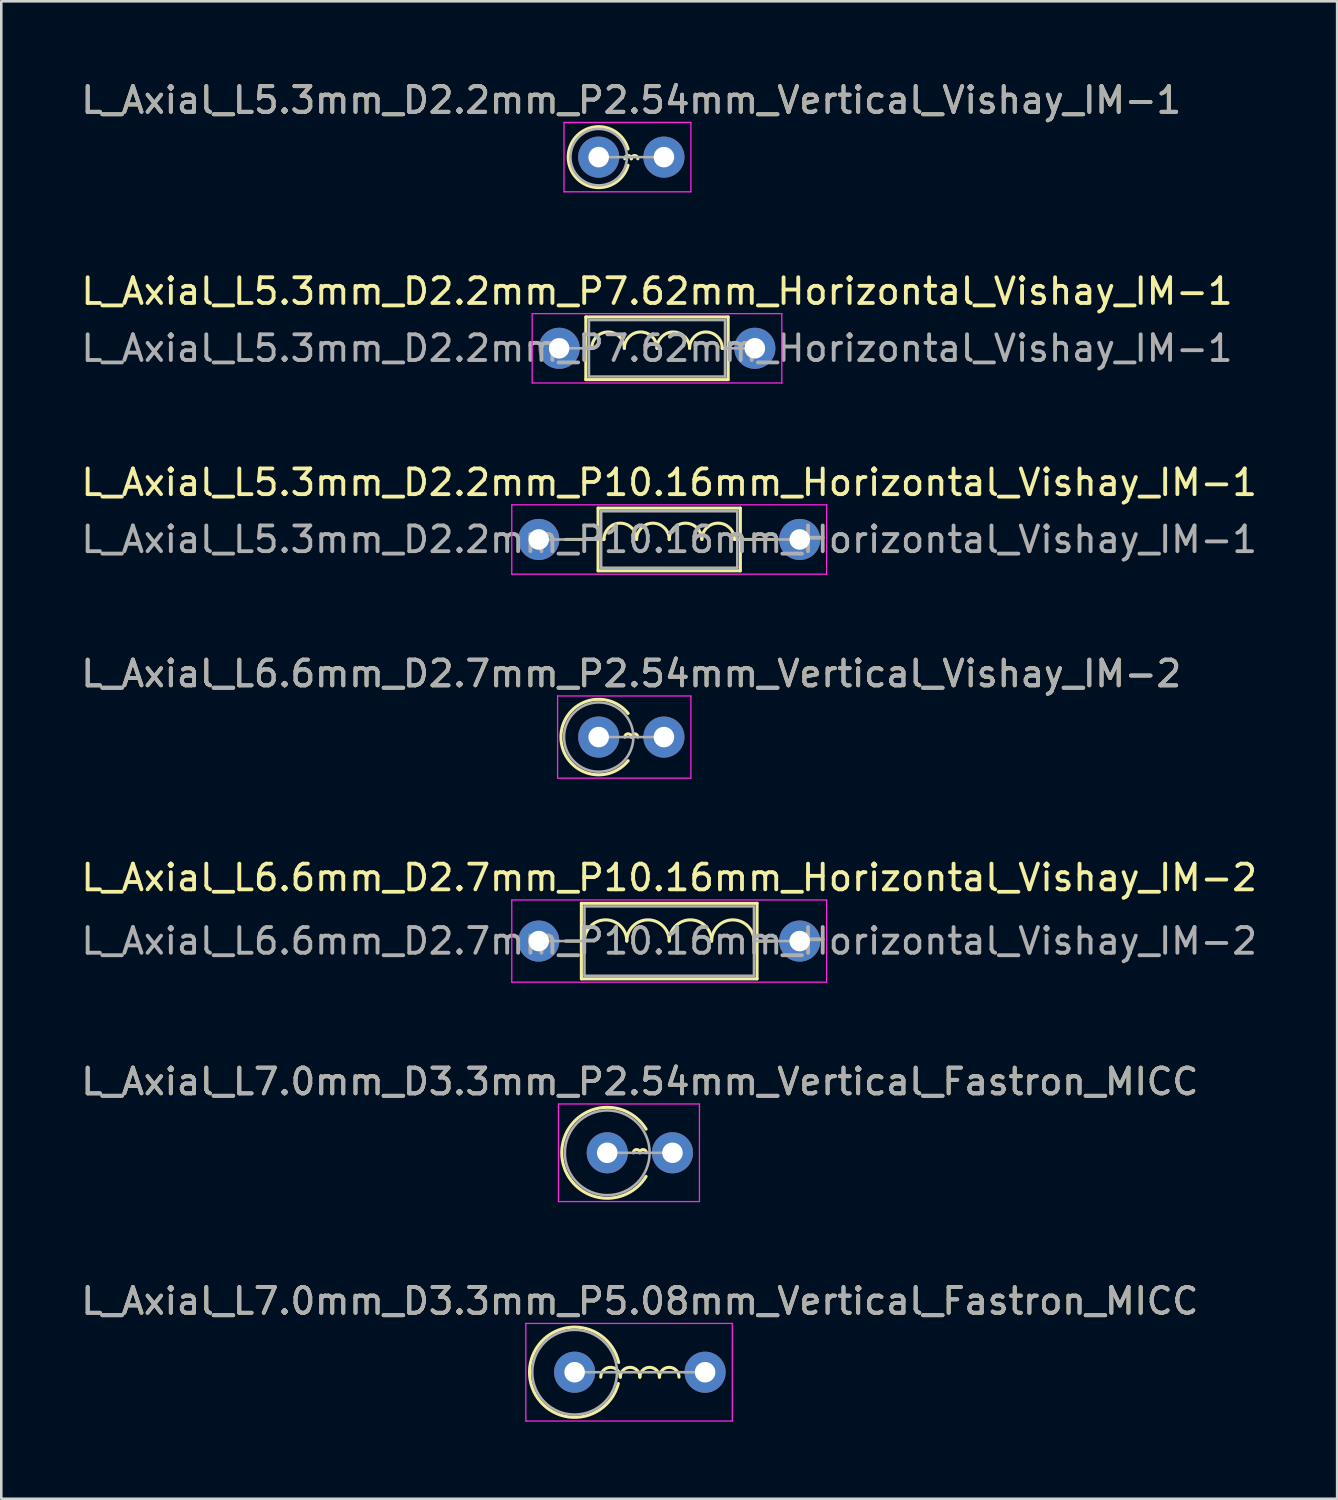
<source format=kicad_pcb>
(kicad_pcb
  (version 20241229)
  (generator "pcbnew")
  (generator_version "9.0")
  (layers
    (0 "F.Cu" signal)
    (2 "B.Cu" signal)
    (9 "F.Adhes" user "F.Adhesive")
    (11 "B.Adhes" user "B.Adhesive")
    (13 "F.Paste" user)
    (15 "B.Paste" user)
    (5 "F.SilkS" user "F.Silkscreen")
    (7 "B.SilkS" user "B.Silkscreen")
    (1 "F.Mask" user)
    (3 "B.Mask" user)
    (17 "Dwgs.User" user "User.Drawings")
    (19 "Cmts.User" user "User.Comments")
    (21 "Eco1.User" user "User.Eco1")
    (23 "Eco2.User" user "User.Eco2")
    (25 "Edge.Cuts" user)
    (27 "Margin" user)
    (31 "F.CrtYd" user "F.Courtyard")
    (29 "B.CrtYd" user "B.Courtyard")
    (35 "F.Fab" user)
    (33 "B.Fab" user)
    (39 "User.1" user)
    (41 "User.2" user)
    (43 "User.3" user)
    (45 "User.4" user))
  (footprint "L_Axial_L6.6mm_D2.7mm_P2.54mm_Vertical_Vishay_IM-2"
    (layer "F.Cu")
    (at 20.26 25.648)
    (property "Reference" "L_Axial_L6.6mm_D2.7mm_P2.54mm_Vertical_Vishay_IM-2" (at 1.27 -2.47 0) (layer "F.SilkS") (effects (font (size 1 1) (thickness 0.15))))
    (attr through_hole)
    (fp_arc (start 1.016 0) (mid 1.143 -0.127) (end 1.27 0) (stroke (width 0.12) (type solid)) (layer "F.SilkS"))
    (fp_arc (start 1.146516 0.92) (mid -1.47 0) (end 1.146516 -0.92) (stroke (width 0.12) (type solid)) (layer "F.SilkS"))
    (fp_arc (start 1.27 0) (mid 1.397 -0.127) (end 1.524 0) (stroke (width 0.12) (type solid)) (layer "F.SilkS"))
    (fp_line (start -1.6 -1.6) (end -1.6 1.6) (stroke (width 0.05) (type solid)) (layer "F.CrtYd"))
    (fp_line (start -1.6 1.6) (end 3.59 1.6) (stroke (width 0.05) (type solid)) (layer "F.CrtYd"))
    (fp_line (start 3.59 -1.6) (end -1.6 -1.6) (stroke (width 0.05) (type solid)) (layer "F.CrtYd"))
    (fp_line (start 3.59 1.6) (end 3.59 -1.6) (stroke (width 0.05) (type solid)) (layer "F.CrtYd"))
    (fp_line (start 0 0) (end 2.54 0) (stroke (width 0.1) (type solid)) (layer "F.Fab"))
    (fp_circle (center 0 0) (end 1.35 0) (stroke (width 0.1) (type solid)) (fill no) (layer "F.Fab"))
    (fp_text user "${REFERENCE}" (at 1.27 -2.47 0) (layer "F.Fab") (effects (font (size 1 1) (thickness 0.15))))
    (pad "1" thru_hole circle (at 0 0) (size 1.6 1.6) (drill 0.8) (layers "*.Cu" "*.Mask"))
    (pad "2" thru_hole oval (at 2.54 0) (size 1.6 1.6) (drill 0.8) (layers "*.Cu" "*.Mask")))
  (footprint "L_Axial_L5.3mm_D2.2mm_P7.62mm_Horizontal_Vishay_IM-1"
    (layer "F.Cu")
    (at 18.72 10.511)
    (property "Reference" "L_Axial_L5.3mm_D2.2mm_P7.62mm_Horizontal_Vishay_IM-1" (at 3.81 -2.22 0) (layer "F.SilkS") (effects (font (size 1 1) (thickness 0.15))))
    (attr through_hole)
    (fp_line (start 1.04 -1.22) (end 1.04 1.22) (stroke (width 0.12) (type solid)) (layer "F.SilkS"))
    (fp_line (start 1.04 1.22) (end 6.58 1.22) (stroke (width 0.12) (type solid)) (layer "F.SilkS"))
    (fp_line (start 1.27 0) (end 1.079 0) (stroke (width 0.12) (type solid)) (layer "F.SilkS"))
    (fp_line (start 6.35 0) (end 6.54 0) (stroke (width 0.12) (type solid)) (layer "F.SilkS"))
    (fp_line (start 6.58 -1.22) (end 1.04 -1.22) (stroke (width 0.12) (type solid)) (layer "F.SilkS"))
    (fp_line (start 6.58 1.22) (end 6.58 -1.22) (stroke (width 0.12) (type solid)) (layer "F.SilkS"))
    (fp_arc (start 1.27 0) (mid 1.905 -0.635) (end 2.54 0) (stroke (width 0.12) (type solid)) (layer "F.SilkS"))
    (fp_arc (start 2.54 0) (mid 3.175 -0.635) (end 3.81 0) (stroke (width 0.12) (type solid)) (layer "F.SilkS"))
    (fp_arc (start 3.81 0) (mid 4.445 -0.635) (end 5.08 0) (stroke (width 0.12) (type solid)) (layer "F.SilkS"))
    (fp_arc (start 5.08 0) (mid 5.715 -0.635) (end 6.35 0) (stroke (width 0.12) (type solid)) (layer "F.SilkS"))
    (fp_line (start -1.05 -1.35) (end -1.05 1.35) (stroke (width 0.05) (type solid)) (layer "F.CrtYd"))
    (fp_line (start -1.05 1.35) (end 8.67 1.35) (stroke (width 0.05) (type solid)) (layer "F.CrtYd"))
    (fp_line (start 8.67 -1.35) (end -1.05 -1.35) (stroke (width 0.05) (type solid)) (layer "F.CrtYd"))
    (fp_line (start 8.67 1.35) (end 8.67 -1.35) (stroke (width 0.05) (type solid)) (layer "F.CrtYd"))
    (fp_line (start 0 0) (end 1.16 0) (stroke (width 0.1) (type solid)) (layer "F.Fab"))
    (fp_line (start 1.16 -1.1) (end 1.16 1.1) (stroke (width 0.1) (type solid)) (layer "F.Fab"))
    (fp_line (start 1.16 1.1) (end 6.46 1.1) (stroke (width 0.1) (type solid)) (layer "F.Fab"))
    (fp_line (start 6.46 -1.1) (end 1.16 -1.1) (stroke (width 0.1) (type solid)) (layer "F.Fab"))
    (fp_line (start 6.46 1.1) (end 6.46 -1.1) (stroke (width 0.1) (type solid)) (layer "F.Fab"))
    (fp_line (start 7.62 0) (end 6.46 0) (stroke (width 0.1) (type solid)) (layer "F.Fab"))
    (fp_text user "${REFERENCE}" (at 3.81 0 0) (layer "F.Fab") (effects (font (size 1 1) (thickness 0.15))))
    (pad "1" thru_hole circle (at 0 0) (size 1.6 1.6) (drill 0.8) (layers "*.Cu" "*.Mask"))
    (pad "2" thru_hole oval (at 7.62 0) (size 1.6 1.6) (drill 0.8) (layers "*.Cu" "*.Mask")))
  (footprint "L_Axial_L7.0mm_D3.3mm_P5.08mm_Vertical_Fastron_MICC"
    (layer "F.Cu")
    (at 19.323 50.378)
    (property "Reference" "L_Axial_L7.0mm_D3.3mm_P5.08mm_Vertical_Fastron_MICC" (at 2.54 -2.77 0) (layer "F.SilkS") (effects (font (size 1 1) (thickness 0.15))))
    (attr through_hole)
    (fp_arc (start 1.016 0.1905) (mid 1.397 -0.1905) (end 1.778 0.1905) (stroke (width 0.12) (type solid)) (layer "F.SilkS"))
    (fp_arc (start 1.700115 0.440771) (mid -1.756054 -0.030739) (end 1.7145 -0.381) (stroke (width 0.12) (type solid)) (layer "F.SilkS"))
    (fp_arc (start 1.778 0.1905) (mid 2.159 -0.1905) (end 2.54 0.1905) (stroke (width 0.12) (type solid)) (layer "F.SilkS"))
    (fp_arc (start 2.54 0.1905) (mid 2.921 -0.1905) (end 3.302 0.1905) (stroke (width 0.12) (type solid)) (layer "F.SilkS"))
    (fp_arc (start 3.302 0.1905) (mid 3.683 -0.1905) (end 4.064 0.1905) (stroke (width 0.12) (type solid)) (layer "F.SilkS"))
    (fp_line (start -1.9 -1.9) (end -1.9 1.9) (stroke (width 0.05) (type solid)) (layer "F.CrtYd"))
    (fp_line (start -1.9 1.9) (end 6.14 1.9) (stroke (width 0.05) (type solid)) (layer "F.CrtYd"))
    (fp_line (start 6.14 -1.9) (end -1.9 -1.9) (stroke (width 0.05) (type solid)) (layer "F.CrtYd"))
    (fp_line (start 6.14 1.9) (end 6.14 -1.9) (stroke (width 0.05) (type solid)) (layer "F.CrtYd"))
    (fp_line (start 0 0) (end 5.08 0) (stroke (width 0.1) (type solid)) (layer "F.Fab"))
    (fp_circle (center 0 0) (end 1.65 0) (stroke (width 0.1) (type solid)) (fill no) (layer "F.Fab"))
    (fp_text user "${REFERENCE}" (at 2.54 -2.77 0) (layer "F.Fab") (effects (font (size 1 1) (thickness 0.15))))
    (pad "1" thru_hole circle (at 0 0) (size 1.6 1.6) (drill 0.8) (layers "*.Cu" "*.Mask"))
    (pad "2" thru_hole oval (at 5.08 0) (size 1.6 1.6) (drill 0.8) (layers "*.Cu" "*.Mask")))
  (footprint "L_Axial_L6.6mm_D2.7mm_P10.16mm_Horizontal_Vishay_IM-2"
    (layer "F.Cu")
    (at 17.926 33.591)
    (property "Reference" "L_Axial_L6.6mm_D2.7mm_P10.16mm_Horizontal_Vishay_IM-2" (at 5.08 -2.47 0) (layer "F.SilkS") (effects (font (size 1 1) (thickness 0.15))))
    (attr through_hole)
    (fp_line (start 1.04 0) (end 1.66 0) (stroke (width 0.12) (type solid)) (layer "F.SilkS"))
    (fp_line (start 1.66 -1.47) (end 1.66 1.47) (stroke (width 0.12) (type solid)) (layer "F.SilkS"))
    (fp_line (start 1.66 1.47) (end 8.5 1.47) (stroke (width 0.12) (type solid)) (layer "F.SilkS"))
    (fp_line (start 1.778 0) (end 1.651 0) (stroke (width 0.12) (type solid)) (layer "F.SilkS"))
    (fp_line (start 8.382 0) (end 8.5 0) (stroke (width 0.12) (type solid)) (layer "F.SilkS"))
    (fp_line (start 8.5 -1.47) (end 1.66 -1.47) (stroke (width 0.12) (type solid)) (layer "F.SilkS"))
    (fp_line (start 8.5 1.47) (end 8.5 -1.47) (stroke (width 0.12) (type solid)) (layer "F.SilkS"))
    (fp_line (start 9.12 0) (end 8.5 0) (stroke (width 0.12) (type solid)) (layer "F.SilkS"))
    (fp_arc (start 1.778 0) (mid 2.6035 -0.8255) (end 3.429 0) (stroke (width 0.12) (type solid)) (layer "F.SilkS"))
    (fp_arc (start 3.429 0) (mid 4.2545 -0.8255) (end 5.08 0) (stroke (width 0.12) (type solid)) (layer "F.SilkS"))
    (fp_arc (start 5.08 0) (mid 5.9055 -0.8255) (end 6.731 0) (stroke (width 0.12) (type solid)) (layer "F.SilkS"))
    (fp_arc (start 6.731 0) (mid 7.5565 -0.8255) (end 8.382 0) (stroke (width 0.12) (type solid)) (layer "F.SilkS"))
    (fp_line (start -1.05 -1.6) (end -1.05 1.6) (stroke (width 0.05) (type solid)) (layer "F.CrtYd"))
    (fp_line (start -1.05 1.6) (end 11.21 1.6) (stroke (width 0.05) (type solid)) (layer "F.CrtYd"))
    (fp_line (start 11.21 -1.6) (end -1.05 -1.6) (stroke (width 0.05) (type solid)) (layer "F.CrtYd"))
    (fp_line (start 11.21 1.6) (end 11.21 -1.6) (stroke (width 0.05) (type solid)) (layer "F.CrtYd"))
    (fp_line (start 0 0) (end 1.78 0) (stroke (width 0.1) (type solid)) (layer "F.Fab"))
    (fp_line (start 1.78 -1.35) (end 1.78 1.35) (stroke (width 0.1) (type solid)) (layer "F.Fab"))
    (fp_line (start 1.78 1.35) (end 8.38 1.35) (stroke (width 0.1) (type solid)) (layer "F.Fab"))
    (fp_line (start 8.38 -1.35) (end 1.78 -1.35) (stroke (width 0.1) (type solid)) (layer "F.Fab"))
    (fp_line (start 8.38 1.35) (end 8.38 -1.35) (stroke (width 0.1) (type solid)) (layer "F.Fab"))
    (fp_line (start 10.16 0) (end 8.38 0) (stroke (width 0.1) (type solid)) (layer "F.Fab"))
    (fp_text user "${REFERENCE}" (at 5.08 0 0) (layer "F.Fab") (effects (font (size 1 1) (thickness 0.15))))
    (pad "1" thru_hole circle (at 0 0) (size 1.6 1.6) (drill 0.8) (layers "*.Cu" "*.Mask"))
    (pad "2" thru_hole oval (at 10.16 0) (size 1.6 1.6) (drill 0.8) (layers "*.Cu" "*.Mask")))
  (footprint "L_Axial_L7.0mm_D3.3mm_P2.54mm_Vertical_Fastron_MICC"
    (layer "F.Cu")
    (at 20.593 41.834)
    (property "Reference" "L_Axial_L7.0mm_D3.3mm_P2.54mm_Vertical_Fastron_MICC" (at 1.27 -2.77 0) (layer "F.SilkS") (effects (font (size 1 1) (thickness 0.15))))
    (attr through_hole)
    (fp_arc (start 1.016 0) (mid 1.143 -0.127) (end 1.27 0) (stroke (width 0.12) (type solid)) (layer "F.SilkS"))
    (fp_arc (start 1.27 0) (mid 1.397 -0.127) (end 1.524 0) (stroke (width 0.12) (type solid)) (layer "F.SilkS"))
    (fp_arc (start 1.512118 0.92) (mid -1.77 0) (end 1.512118 -0.92) (stroke (width 0.12) (type solid)) (layer "F.SilkS"))
    (fp_line (start -1.9 -1.9) (end -1.9 1.9) (stroke (width 0.05) (type solid)) (layer "F.CrtYd"))
    (fp_line (start -1.9 1.9) (end 3.59 1.9) (stroke (width 0.05) (type solid)) (layer "F.CrtYd"))
    (fp_line (start 3.59 -1.9) (end -1.9 -1.9) (stroke (width 0.05) (type solid)) (layer "F.CrtYd"))
    (fp_line (start 3.59 1.9) (end 3.59 -1.9) (stroke (width 0.05) (type solid)) (layer "F.CrtYd"))
    (fp_line (start 0 0) (end 2.54 0) (stroke (width 0.1) (type solid)) (layer "F.Fab"))
    (fp_circle (center 0 0) (end 1.65 0) (stroke (width 0.1) (type solid)) (fill no) (layer "F.Fab"))
    (fp_text user "${REFERENCE}" (at 1.27 -2.77 0) (layer "F.Fab") (effects (font (size 1 1) (thickness 0.15))))
    (pad "1" thru_hole circle (at 0 0) (size 1.6 1.6) (drill 0.8) (layers "*.Cu" "*.Mask"))
    (pad "2" thru_hole oval (at 2.54 0) (size 1.6 1.6) (drill 0.8) (layers "*.Cu" "*.Mask")))
  (footprint "L_Axial_L5.3mm_D2.2mm_P10.16mm_Horizontal_Vishay_IM-1"
    (layer "F.Cu")
    (at 17.926 17.955)
    (property "Reference" "L_Axial_L5.3mm_D2.2mm_P10.16mm_Horizontal_Vishay_IM-1" (at 5.08 -2.22 0) (layer "F.SilkS") (effects (font (size 1 1) (thickness 0.15))))
    (attr through_hole)
    (fp_line (start 1.04 0) (end 2.31 0) (stroke (width 0.12) (type solid)) (layer "F.SilkS"))
    (fp_line (start 2.31 -1.22) (end 2.31 1.22) (stroke (width 0.12) (type solid)) (layer "F.SilkS"))
    (fp_line (start 2.31 1.22) (end 7.85 1.22) (stroke (width 0.12) (type solid)) (layer "F.SilkS"))
    (fp_line (start 2.54 0) (end 2.349 0) (stroke (width 0.12) (type solid)) (layer "F.SilkS"))
    (fp_line (start 7.62 0) (end 7.811 0) (stroke (width 0.12) (type solid)) (layer "F.SilkS"))
    (fp_line (start 7.85 -1.22) (end 2.31 -1.22) (stroke (width 0.12) (type solid)) (layer "F.SilkS"))
    (fp_line (start 7.85 1.22) (end 7.85 -1.22) (stroke (width 0.12) (type solid)) (layer "F.SilkS"))
    (fp_line (start 9.12 0) (end 7.85 0) (stroke (width 0.12) (type solid)) (layer "F.SilkS"))
    (fp_arc (start 2.54 0) (mid 3.175 -0.635) (end 3.81 0) (stroke (width 0.12) (type solid)) (layer "F.SilkS"))
    (fp_arc (start 3.81 0) (mid 4.445 -0.635) (end 5.08 0) (stroke (width 0.12) (type solid)) (layer "F.SilkS"))
    (fp_arc (start 5.08 0) (mid 5.715 -0.635) (end 6.35 0) (stroke (width 0.12) (type solid)) (layer "F.SilkS"))
    (fp_arc (start 6.35 0) (mid 6.985 -0.635) (end 7.62 0) (stroke (width 0.12) (type solid)) (layer "F.SilkS"))
    (fp_line (start -1.05 -1.35) (end -1.05 1.35) (stroke (width 0.05) (type solid)) (layer "F.CrtYd"))
    (fp_line (start -1.05 1.35) (end 11.21 1.35) (stroke (width 0.05) (type solid)) (layer "F.CrtYd"))
    (fp_line (start 11.21 -1.35) (end -1.05 -1.35) (stroke (width 0.05) (type solid)) (layer "F.CrtYd"))
    (fp_line (start 11.21 1.35) (end 11.21 -1.35) (stroke (width 0.05) (type solid)) (layer "F.CrtYd"))
    (fp_line (start 0 0) (end 2.43 0) (stroke (width 0.1) (type solid)) (layer "F.Fab"))
    (fp_line (start 2.43 -1.1) (end 2.43 1.1) (stroke (width 0.1) (type solid)) (layer "F.Fab"))
    (fp_line (start 2.43 1.1) (end 7.73 1.1) (stroke (width 0.1) (type solid)) (layer "F.Fab"))
    (fp_line (start 7.73 -1.1) (end 2.43 -1.1) (stroke (width 0.1) (type solid)) (layer "F.Fab"))
    (fp_line (start 7.73 1.1) (end 7.73 -1.1) (stroke (width 0.1) (type solid)) (layer "F.Fab"))
    (fp_line (start 10.16 0) (end 7.73 0) (stroke (width 0.1) (type solid)) (layer "F.Fab"))
    (fp_text user "${REFERENCE}" (at 5.08 0 0) (layer "F.Fab") (effects (font (size 1 1) (thickness 0.15))))
    (pad "1" thru_hole circle (at 0 0) (size 1.6 1.6) (drill 0.8) (layers "*.Cu" "*.Mask"))
    (pad "2" thru_hole oval (at 10.16 0) (size 1.6 1.6) (drill 0.8) (layers "*.Cu" "*.Mask")))
  (footprint "L_Axial_L5.3mm_D2.2mm_P2.54mm_Vertical_Vishay_IM-1"
    (layer "F.Cu")
    (at 20.26 3.068)
    (property "Reference" "L_Axial_L5.3mm_D2.2mm_P2.54mm_Vertical_Vishay_IM-1" (at 1.27 -2.22 0) (layer "F.SilkS") (effects (font (size 1 1) (thickness 0.15))))
    (attr through_hole)
    (fp_arc (start 1.016 0.0635) (mid 1.143 -0.0635) (end 1.27 0.0635) (stroke (width 0.12) (type solid)) (layer "F.SilkS"))
    (fp_arc (start 1.143 0.3175) (mid -1.186278 0) (end 1.143 -0.3175) (stroke (width 0.12) (type solid)) (layer "F.SilkS"))
    (fp_arc (start 1.27 0.0635) (mid 1.397 -0.0635) (end 1.524 0.0635) (stroke (width 0.12) (type solid)) (layer "F.SilkS"))
    (fp_line (start -1.35 -1.35) (end -1.35 1.35) (stroke (width 0.05) (type solid)) (layer "F.CrtYd"))
    (fp_line (start -1.35 1.35) (end 3.59 1.35) (stroke (width 0.05) (type solid)) (layer "F.CrtYd"))
    (fp_line (start 3.59 -1.35) (end -1.35 -1.35) (stroke (width 0.05) (type solid)) (layer "F.CrtYd"))
    (fp_line (start 3.59 1.35) (end 3.59 -1.35) (stroke (width 0.05) (type solid)) (layer "F.CrtYd"))
    (fp_line (start 0 0) (end 2.54 0) (stroke (width 0.1) (type solid)) (layer "F.Fab"))
    (fp_circle (center 0 0) (end 1.1 0) (stroke (width 0.1) (type solid)) (fill no) (layer "F.Fab"))
    (fp_text user "${REFERENCE}" (at 1.27 -2.22 0) (layer "F.Fab") (effects (font (size 1 1) (thickness 0.15))))
    (pad "1" thru_hole circle (at 0 0) (size 1.6 1.6) (drill 0.8) (layers "*.Cu" "*.Mask"))
    (pad "2" thru_hole oval (at 2.54 0) (size 1.6 1.6) (drill 0.8) (layers "*.Cu" "*.Mask")))
  (gr_rect
    (start -3 -3)
    (end 49.012 55.303)
    (stroke (width 0.1) (type default))
    (fill no)
    (layer "Edge.Cuts")))
</source>
